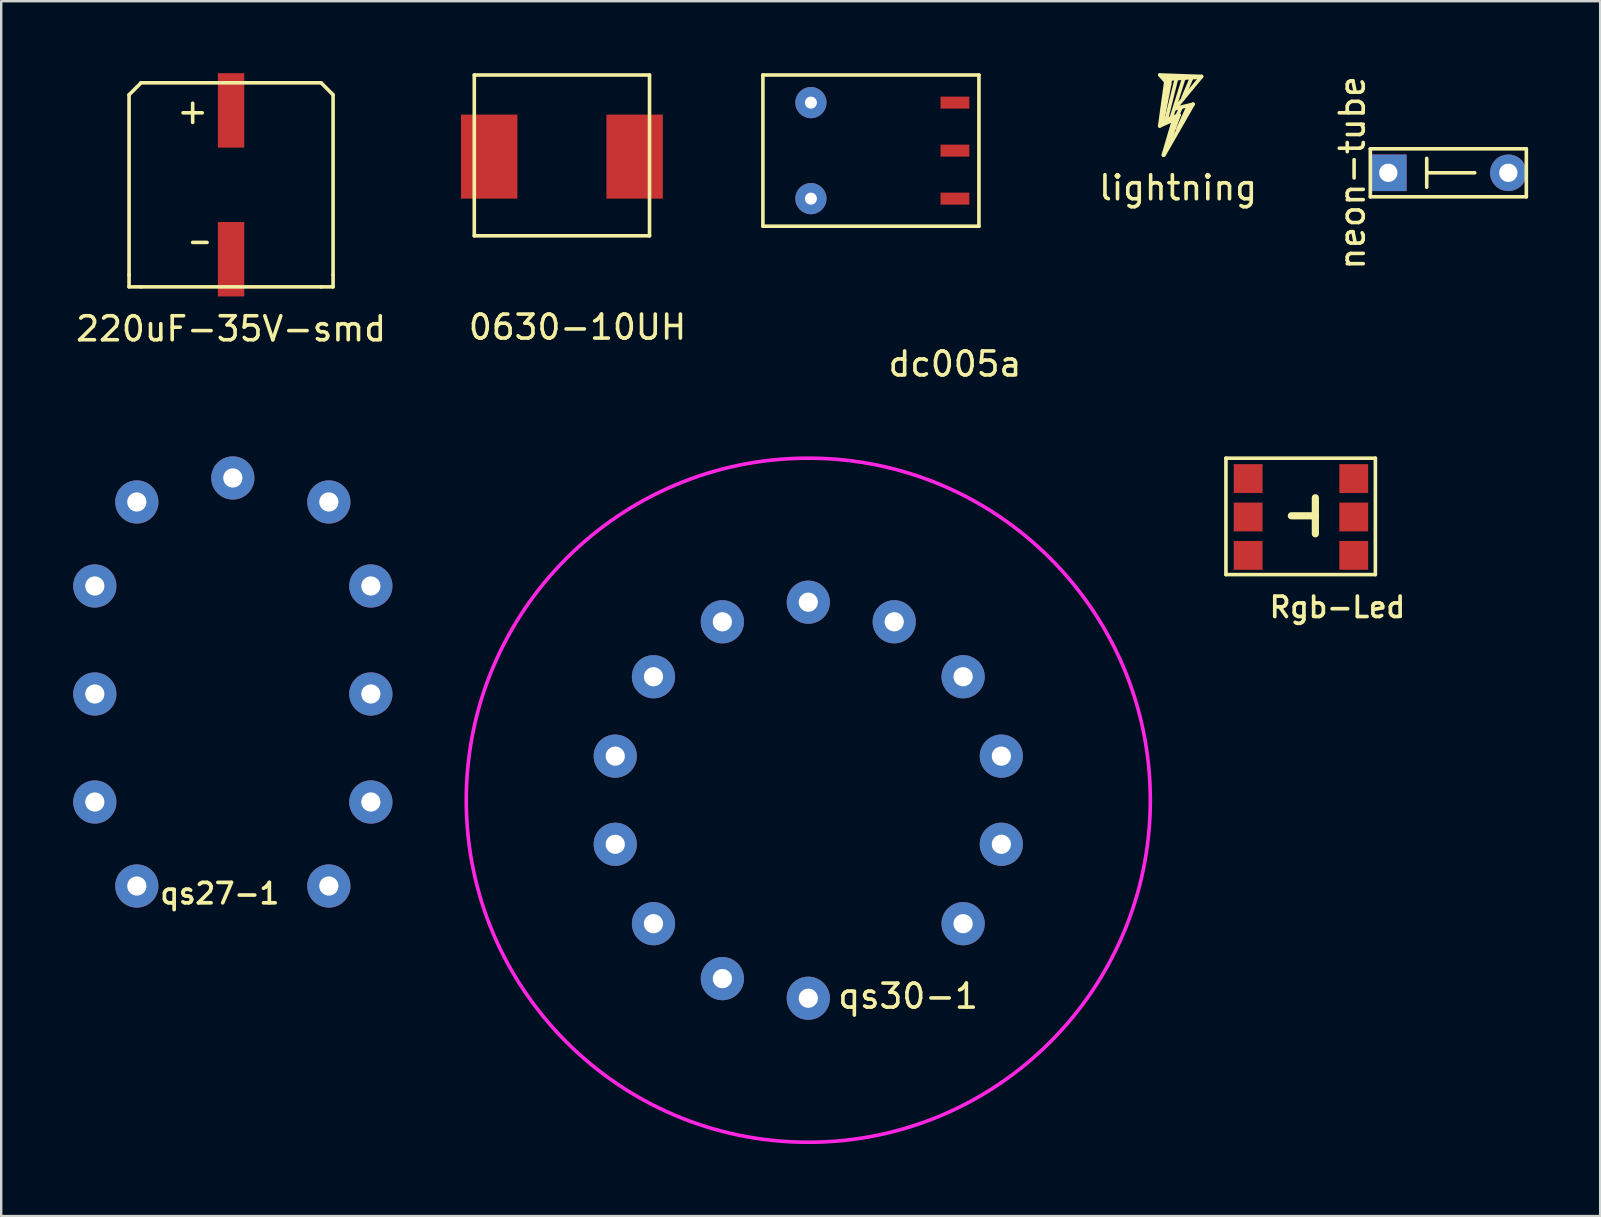
<source format=kicad_pcb>
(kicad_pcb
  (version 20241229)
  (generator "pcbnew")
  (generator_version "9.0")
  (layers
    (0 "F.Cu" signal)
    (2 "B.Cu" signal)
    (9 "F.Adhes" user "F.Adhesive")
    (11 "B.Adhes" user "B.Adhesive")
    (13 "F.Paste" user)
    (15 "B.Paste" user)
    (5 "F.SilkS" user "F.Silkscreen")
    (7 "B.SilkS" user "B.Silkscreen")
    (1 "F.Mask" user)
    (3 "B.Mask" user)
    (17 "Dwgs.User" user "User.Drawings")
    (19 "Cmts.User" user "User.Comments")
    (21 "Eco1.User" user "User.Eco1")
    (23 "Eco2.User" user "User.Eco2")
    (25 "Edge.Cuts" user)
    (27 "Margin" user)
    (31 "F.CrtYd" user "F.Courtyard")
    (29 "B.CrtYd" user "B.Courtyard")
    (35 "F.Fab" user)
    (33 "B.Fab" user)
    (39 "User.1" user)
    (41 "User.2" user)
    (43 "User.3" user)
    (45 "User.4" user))
  (footprint "lightning"
    (layer "F.Cu")
    (at 46.031 1.574)
    (property "Reference" "lightning" (at 0 3.2 0) (layer "F.SilkS") (effects (font (size 1 1) (thickness 0.15))))
    (attr through_hole)
    (fp_line (start -0.764 0.623) (end -0.51 -1.22) (stroke (width 0.153) (type solid)) (layer "F.SilkS"))
    (fp_line (start -0.758 -1.498) (end 0.978 -1.438) (stroke (width 0.153) (type solid)) (layer "F.SilkS"))
    (fp_line (start -0.68 0.52) (end -0.07 0.26) (stroke (width 0.153) (type solid)) (layer "F.SilkS"))
    (fp_line (start -0.655 0.438) (end 0.038 0.171) (stroke (width 0.153) (type solid)) (layer "F.SilkS"))
    (fp_line (start -0.616 1.839) (end -0.179 0.357) (stroke (width 0.153) (type solid)) (layer "F.SilkS"))
    (fp_line (start -0.599 -1.422) (end -0.346 -1.291) (stroke (width 0.153) (type solid)) (layer "F.SilkS"))
    (fp_line (start -0.51 -1.22) (end -0.758 -1.498) (stroke (width 0.153) (type solid)) (layer "F.SilkS"))
    (fp_line (start -0.48 -1) (end -0.64 0.13) (stroke (width 0.153) (type solid)) (layer "F.SilkS"))
    (fp_line (start -0.45 1.46) (end -0.09 0.34) (stroke (width 0.153) (type solid)) (layer "F.SilkS"))
    (fp_line (start -0.44 -1.22) (end -0.51 -1.42) (stroke (width 0.153) (type solid)) (layer "F.SilkS"))
    (fp_line (start -0.43 -1.38) (end -0.44 -1.22) (stroke (width 0.153) (type solid)) (layer "F.SilkS"))
    (fp_line (start -0.39 -1.34) (end -0.48 -0.94) (stroke (width 0.153) (type solid)) (layer "F.SilkS"))
    (fp_line (start -0.354 -1.116) (end -0.655 0.438) (stroke (width 0.153) (type solid)) (layer "F.SilkS"))
    (fp_line (start -0.31 -1.46) (end -0.354 -1.116) (stroke (width 0.153) (type solid)) (layer "F.SilkS"))
    (fp_line (start -0.23 -1.34) (end 0.72 -1.4) (stroke (width 0.153) (type solid)) (layer "F.SilkS"))
    (fp_line (start -0.179 0.357) (end -0.764 0.623) (stroke (width 0.153) (type solid)) (layer "F.SilkS"))
    (fp_line (start -0.132 -0.098) (end 0.624 -0.281) (stroke (width 0.153) (type solid)) (layer "F.SilkS"))
    (fp_line (start -0.06 -1.38) (end -0.52 0.47) (stroke (width 0.153) (type solid)) (layer "F.SilkS"))
    (fp_line (start 0.038 0.171) (end -0.346 1.231) (stroke (width 0.153) (type solid)) (layer "F.SilkS"))
    (fp_line (start 0.12 -0.14) (end -0.08 0.29) (stroke (width 0.153) (type solid)) (layer "F.SilkS"))
    (fp_line (start 0.22 -1.31) (end -0.31 0.37) (stroke (width 0.153) (type solid)) (layer "F.SilkS"))
    (fp_line (start 0.43 -0.21) (end -0.01 0.76) (stroke (width 0.153) (type solid)) (layer "F.SilkS"))
    (fp_line (start 0.55 -1.35) (end 0.21 -0.56) (stroke (width 0.153) (type solid)) (layer "F.SilkS"))
    (fp_line (start 0.624 -0.281) (end -0.59 1.84) (stroke (width 0.153) (type solid)) (layer "F.SilkS"))
    (fp_line (start 0.72 -1.4) (end 0.88 -1.41) (stroke (width 0.153) (type solid)) (layer "F.SilkS"))
    (fp_line (start 0.978 -1.438) (end -0.132 -0.098) (stroke (width 0.153) (type solid)) (layer "F.SilkS")))
  (footprint "Rgb-Led"
    (layer "F.Cu")
    (at 51.25 18.438)
    (property "Reference" "Rgb-Led" (at 1.42 3.81 0) (layer "F.SilkS") (effects (font (size 0.85 0.85) (thickness 0.153))))
    (attr through_hole)
    (fp_line (start -3.225 -2.4) (end -3.225 2.45) (stroke (width 0.15) (type solid)) (layer "F.SilkS"))
    (fp_line (start -3.225 2.45) (end 3 2.45) (stroke (width 0.15) (type solid)) (layer "F.SilkS"))
    (fp_line (start 0.5 -0.75) (end 0.5 0.75) (stroke (width 0.3) (type solid)) (layer "F.SilkS"))
    (fp_line (start 0.5 0) (end -0.5 0) (stroke (width 0.3) (type solid)) (layer "F.SilkS"))
    (fp_line (start 3 -2.4) (end -3.225 -2.4) (stroke (width 0.15) (type solid)) (layer "F.SilkS"))
    (fp_line (start 3 2.45) (end 3 -2.4) (stroke (width 0.15) (type solid)) (layer "F.SilkS"))
    (pad "1" smd rect (at -2.3 0.05) (size 1.2 1.2) (layers "F.Cu" "F.Mask" "F.Paste"))
    (pad "2" smd rect (at -2.3 1.65) (size 1.2 1.2) (layers "F.Cu" "F.Mask" "F.Paste"))
    (pad "3" smd rect (at -2.3 -1.55) (size 1.2 1.2) (layers "F.Cu" "F.Mask" "F.Paste"))
    (pad "4" smd rect (at 2.1 -1.55) (size 1.2 1.2) (layers "F.Cu" "F.Mask" "F.Paste"))
    (pad "5" smd rect (at 2.1 1.65) (size 1.2 1.2) (layers "F.Cu" "F.Mask" "F.Paste"))
    (pad "6" smd rect (at 2.1 0.05) (size 1.2 1.2) (layers "F.Cu" "F.Mask" "F.Paste")))
  (footprint "neon-tube"
    (layer "F.Cu")
    (at 54.79 4.149)
    (property "Reference" "neon-tube" (at -1.5 0 90) (layer "F.SilkS") (effects (font (size 1 1) (thickness 0.15))))
    (attr through_hole)
    (fp_line (start -0.75 -1) (end -0.75 1) (stroke (width 0.15) (type solid)) (layer "F.SilkS"))
    (fp_line (start -0.75 1) (end 5.75 1) (stroke (width 0.15) (type solid)) (layer "F.SilkS"))
    (fp_line (start 1.6 -0.6) (end 1.6 0.6) (stroke (width 0.15) (type solid)) (layer "F.SilkS"))
    (fp_line (start 1.6 0) (end 3.6 0) (stroke (width 0.15) (type solid)) (layer "F.SilkS"))
    (fp_line (start 5.75 -1) (end -0.75 -1) (stroke (width 0.15) (type solid)) (layer "F.SilkS"))
    (fp_line (start 5.75 1) (end 5.75 -1) (stroke (width 0.15) (type solid)) (layer "F.SilkS"))
    (pad "1" thru_hole rect (at 0 0) (size 1.524 1.524) (drill 0.762) (layers "*.Cu" "*.Mask"))
    (pad "2" thru_hole circle (at 5 0) (size 1.524 1.524) (drill 0.762) (layers "*.Cu" "*.Mask")))
  (footprint "dc005a"
    (layer "F.Cu")
    (at 30.734 5.225)
    (property "Reference" "dc005a" (at 6 6.89 0) (layer "F.SilkS") (effects (font (size 1 1) (thickness 0.15))))
    (attr through_hole)
    (fp_line (start -2 -5.15) (end -2 1.15) (stroke (width 0.15) (type solid)) (layer "F.SilkS"))
    (fp_line (start -2 -5.15) (end 7 -5.15) (stroke (width 0.15) (type solid)) (layer "F.SilkS"))
    (fp_line (start -2 1.15) (end 7 1.15) (stroke (width 0.15) (type solid)) (layer "F.SilkS"))
    (fp_line (start 7 1.15) (end 7 -5.15) (stroke (width 0.15) (type solid)) (layer "F.SilkS"))
    (pad "" np_thru_hole circle (at 0 -4) (size 1.3 1.3) (drill 0.5) (layers "*.Cu" "*.Mask"))
    (pad "" np_thru_hole circle (at 0 0) (size 1.3 1.3) (drill 0.5) (layers "*.Cu" "*.Mask"))
    (pad "1" smd rect (at 6 -2) (size 1.2 0.5) (layers "F.Cu" "F.Mask" "F.Paste"))
    (pad "2" smd rect (at 6 0) (size 1.2 0.5) (layers "F.Cu" "F.Mask" "F.Paste"))
    (pad "3" smd rect (at 6 -4) (size 1.2 0.5) (layers "F.Cu" "F.Mask" "F.Paste")))
  (footprint "qs27-1"
    (layer "F.Cu")
    (at 6.65 25.863)
    (property "Reference" "qs27-1" (at -0.543 8.314 0) (layer "F.SilkS") (effects (font (size 0.85 0.85) (thickness 0.153))))
    (attr through_hole)
    (pad "1" thru_hole circle (at -4 8) (size 1.8 1.8) (drill 0.8) (layers "*.Cu" "*.Mask"))
    (pad "2" thru_hole circle (at -5.75 4.5) (size 1.8 1.8) (drill 0.8) (layers "*.Cu" "*.Mask"))
    (pad "3" thru_hole circle (at -5.75 0) (size 1.8 1.8) (drill 0.8) (layers "*.Cu" "*.Mask"))
    (pad "4" thru_hole circle (at -5.75 -4.5) (size 1.8 1.8) (drill 0.8) (layers "*.Cu" "*.Mask"))
    (pad "5" thru_hole circle (at -4 -8) (size 1.8 1.8) (drill 0.8) (layers "*.Cu" "*.Mask"))
    (pad "6" thru_hole circle (at 0 -9) (size 1.8 1.8) (drill 0.8) (layers "*.Cu" "*.Mask"))
    (pad "7" thru_hole circle (at 4 -8) (size 1.8 1.8) (drill 0.8) (layers "*.Cu" "*.Mask"))
    (pad "8" thru_hole circle (at 5.75 -4.5) (size 1.8 1.8) (drill 0.8) (layers "*.Cu" "*.Mask"))
    (pad "9" thru_hole circle (at 5.75 0) (size 1.8 1.8) (drill 0.8) (layers "*.Cu" "*.Mask"))
    (pad "10" thru_hole circle (at 5.75 4.5) (size 1.8 1.8) (drill 0.8) (layers "*.Cu" "*.Mask"))
    (pad "11" thru_hole circle (at 4 8) (size 1.8 1.8) (drill 0.8) (layers "*.Cu" "*.Mask")))
  (footprint "qs30-1"
    (layer "F.Cu")
    (at 30.625 30.288)
    (property "Reference" "qs30-1" (at 4.157 8.164 0) (layer "F.SilkS") (effects (font (size 1 1) (thickness 0.15))))
    (attr through_hole)
    (fp_circle (center 0 0) (end 14.25 0) (stroke (width 0.15) (type solid)) (fill no) (layer "F.CrtYd"))
    (pad "0" thru_hole circle (at 8.043 -1.836 77.143) (size 1.8 1.8) (drill 0.8) (layers "*.Cu" "*.Mask"))
    (pad "1" thru_hole circle (at 0 8.25 77.143) (size 1.8 1.8) (drill 0.8) (layers "*.Cu" "*.Mask"))
    (pad "2" thru_hole circle (at -3.58 7.433 77.143) (size 1.8 1.8) (drill 0.8) (layers "*.Cu" "*.Mask"))
    (pad "3" thru_hole circle (at -6.45 5.144 77.143) (size 1.8 1.8) (drill 0.8) (layers "*.Cu" "*.Mask"))
    (pad "4" thru_hole circle (at -8.043 1.836 77.143) (size 1.8 1.8) (drill 0.8) (layers "*.Cu" "*.Mask"))
    (pad "5" thru_hole circle (at -8.043 -1.836 77.143) (size 1.8 1.8) (drill 0.8) (layers "*.Cu" "*.Mask"))
    (pad "6" thru_hole circle (at -3.58 -7.433 77.143) (size 1.8 1.8) (drill 0.8) (layers "*.Cu" "*.Mask"))
    (pad "7" thru_hole circle (at 0 -8.25 77.143) (size 1.8 1.8) (drill 0.8) (layers "*.Cu" "*.Mask"))
    (pad "8" thru_hole circle (at 3.58 -7.433 77.143) (size 1.8 1.8) (drill 0.8) (layers "*.Cu" "*.Mask"))
    (pad "9" thru_hole circle (at 6.45 -5.144 77.143) (size 1.8 1.8) (drill 0.8) (layers "*.Cu" "*.Mask"))
    (pad "A" thru_hole circle (at 8.043 1.836 77.143) (size 1.8 1.8) (drill 0.8) (layers "*.Cu" "*.Mask"))
    (pad "NC" thru_hole circle (at 6.45 5.144 77.143) (size 1.8 1.8) (drill 0.8) (layers "*.Cu" "*.Mask"))
    (pad "ic" thru_hole circle (at -6.45 -5.144 77.143) (size 1.8 1.8) (drill 0.8) (layers "*.Cu" "*.Mask")))
  (footprint "220uF-35V-smd"
    (layer "F.Cu")
    (at 6.577 4.65)
    (property "Reference" "220uF-35V-smd" (at 0 6 0) (layer "F.SilkS") (effects (font (size 1 1) (thickness 0.15))))
    (attr through_hole)
    (fp_line (start -4.25 -3.75) (end -4.25 3.75) (stroke (width 0.15) (type solid)) (layer "F.SilkS"))
    (fp_line (start -4.25 3.75) (end -4.25 4.25) (stroke (width 0.15) (type solid)) (layer "F.SilkS"))
    (fp_line (start -4.25 4.25) (end -3.75 4.25) (stroke (width 0.15) (type solid)) (layer "F.SilkS"))
    (fp_line (start -3.75 -4.25) (end -4.25 -3.75) (stroke (width 0.15) (type solid)) (layer "F.SilkS"))
    (fp_line (start -3.75 -4.25) (end -3.75 -4.25) (stroke (width 0.15) (type solid)) (layer "F.SilkS"))
    (fp_line (start -3.75 4.25) (end 3.75 4.25) (stroke (width 0.15) (type solid)) (layer "F.SilkS"))
    (fp_line (start -2 -3) (end -1.2 -3) (stroke (width 0.15) (type solid)) (layer "F.SilkS"))
    (fp_line (start -1.6 -3.4) (end -1.6 -2.6) (stroke (width 0.15) (type solid)) (layer "F.SilkS"))
    (fp_line (start -1.6 2.4) (end -1 2.4) (stroke (width 0.15) (type solid)) (layer "F.SilkS"))
    (fp_line (start 3.75 -4.25) (end -3.75 -4.25) (stroke (width 0.15) (type solid)) (layer "F.SilkS"))
    (fp_line (start 3.75 -4.25) (end 4.25 -3.75) (stroke (width 0.15) (type solid)) (layer "F.SilkS"))
    (fp_line (start 3.75 4.25) (end 4.25 4.25) (stroke (width 0.15) (type solid)) (layer "F.SilkS"))
    (fp_line (start 4.25 3.75) (end 4.25 -3.75) (stroke (width 0.15) (type solid)) (layer "F.SilkS"))
    (fp_line (start 4.25 4.25) (end 4.25 3.75) (stroke (width 0.15) (type solid)) (layer "F.SilkS"))
    (pad "1" smd rect (at 0 -3.1) (size 1.1 3.1) (layers "F.Cu" "F.Mask" "F.Paste"))
    (pad "2" smd rect (at 0 3.1) (size 1.1 3.1) (layers "F.Cu" "F.Mask" "F.Paste")))
  (footprint "0630-10UH"
    (layer "F.Cu")
    (at 20.31 3.475)
    (property "Reference" "0630-10UH" (at 0.7 7.104 0) (layer "F.SilkS") (effects (font (size 1 1) (thickness 0.15))))
    (attr through_hole)
    (fp_line (start -3.6 -3.4) (end -3.6 3.3) (stroke (width 0.15) (type solid)) (layer "F.SilkS"))
    (fp_line (start -3.6 3.3) (end 3.7 3.3) (stroke (width 0.15) (type solid)) (layer "F.SilkS"))
    (fp_line (start 3.7 -3.4) (end -3.6 -3.4) (stroke (width 0.15) (type solid)) (layer "F.SilkS"))
    (fp_line (start 3.7 3.3) (end 3.7 -3.4) (stroke (width 0.15) (type solid)) (layer "F.SilkS"))
    (pad "1" smd rect (at -2.98 0) (size 2.35 3.5) (layers "F.Cu" "F.Mask" "F.Paste"))
    (pad "2" smd rect (at 3.08 0) (size 2.35 3.5) (layers "F.Cu" "F.Mask" "F.Paste")))
  (gr_rect
    (start -3 -3)
    (end 63.615 47.613)
    (stroke (width 0.1) (type default))
    (fill no)
    (layer "Edge.Cuts")))
</source>
